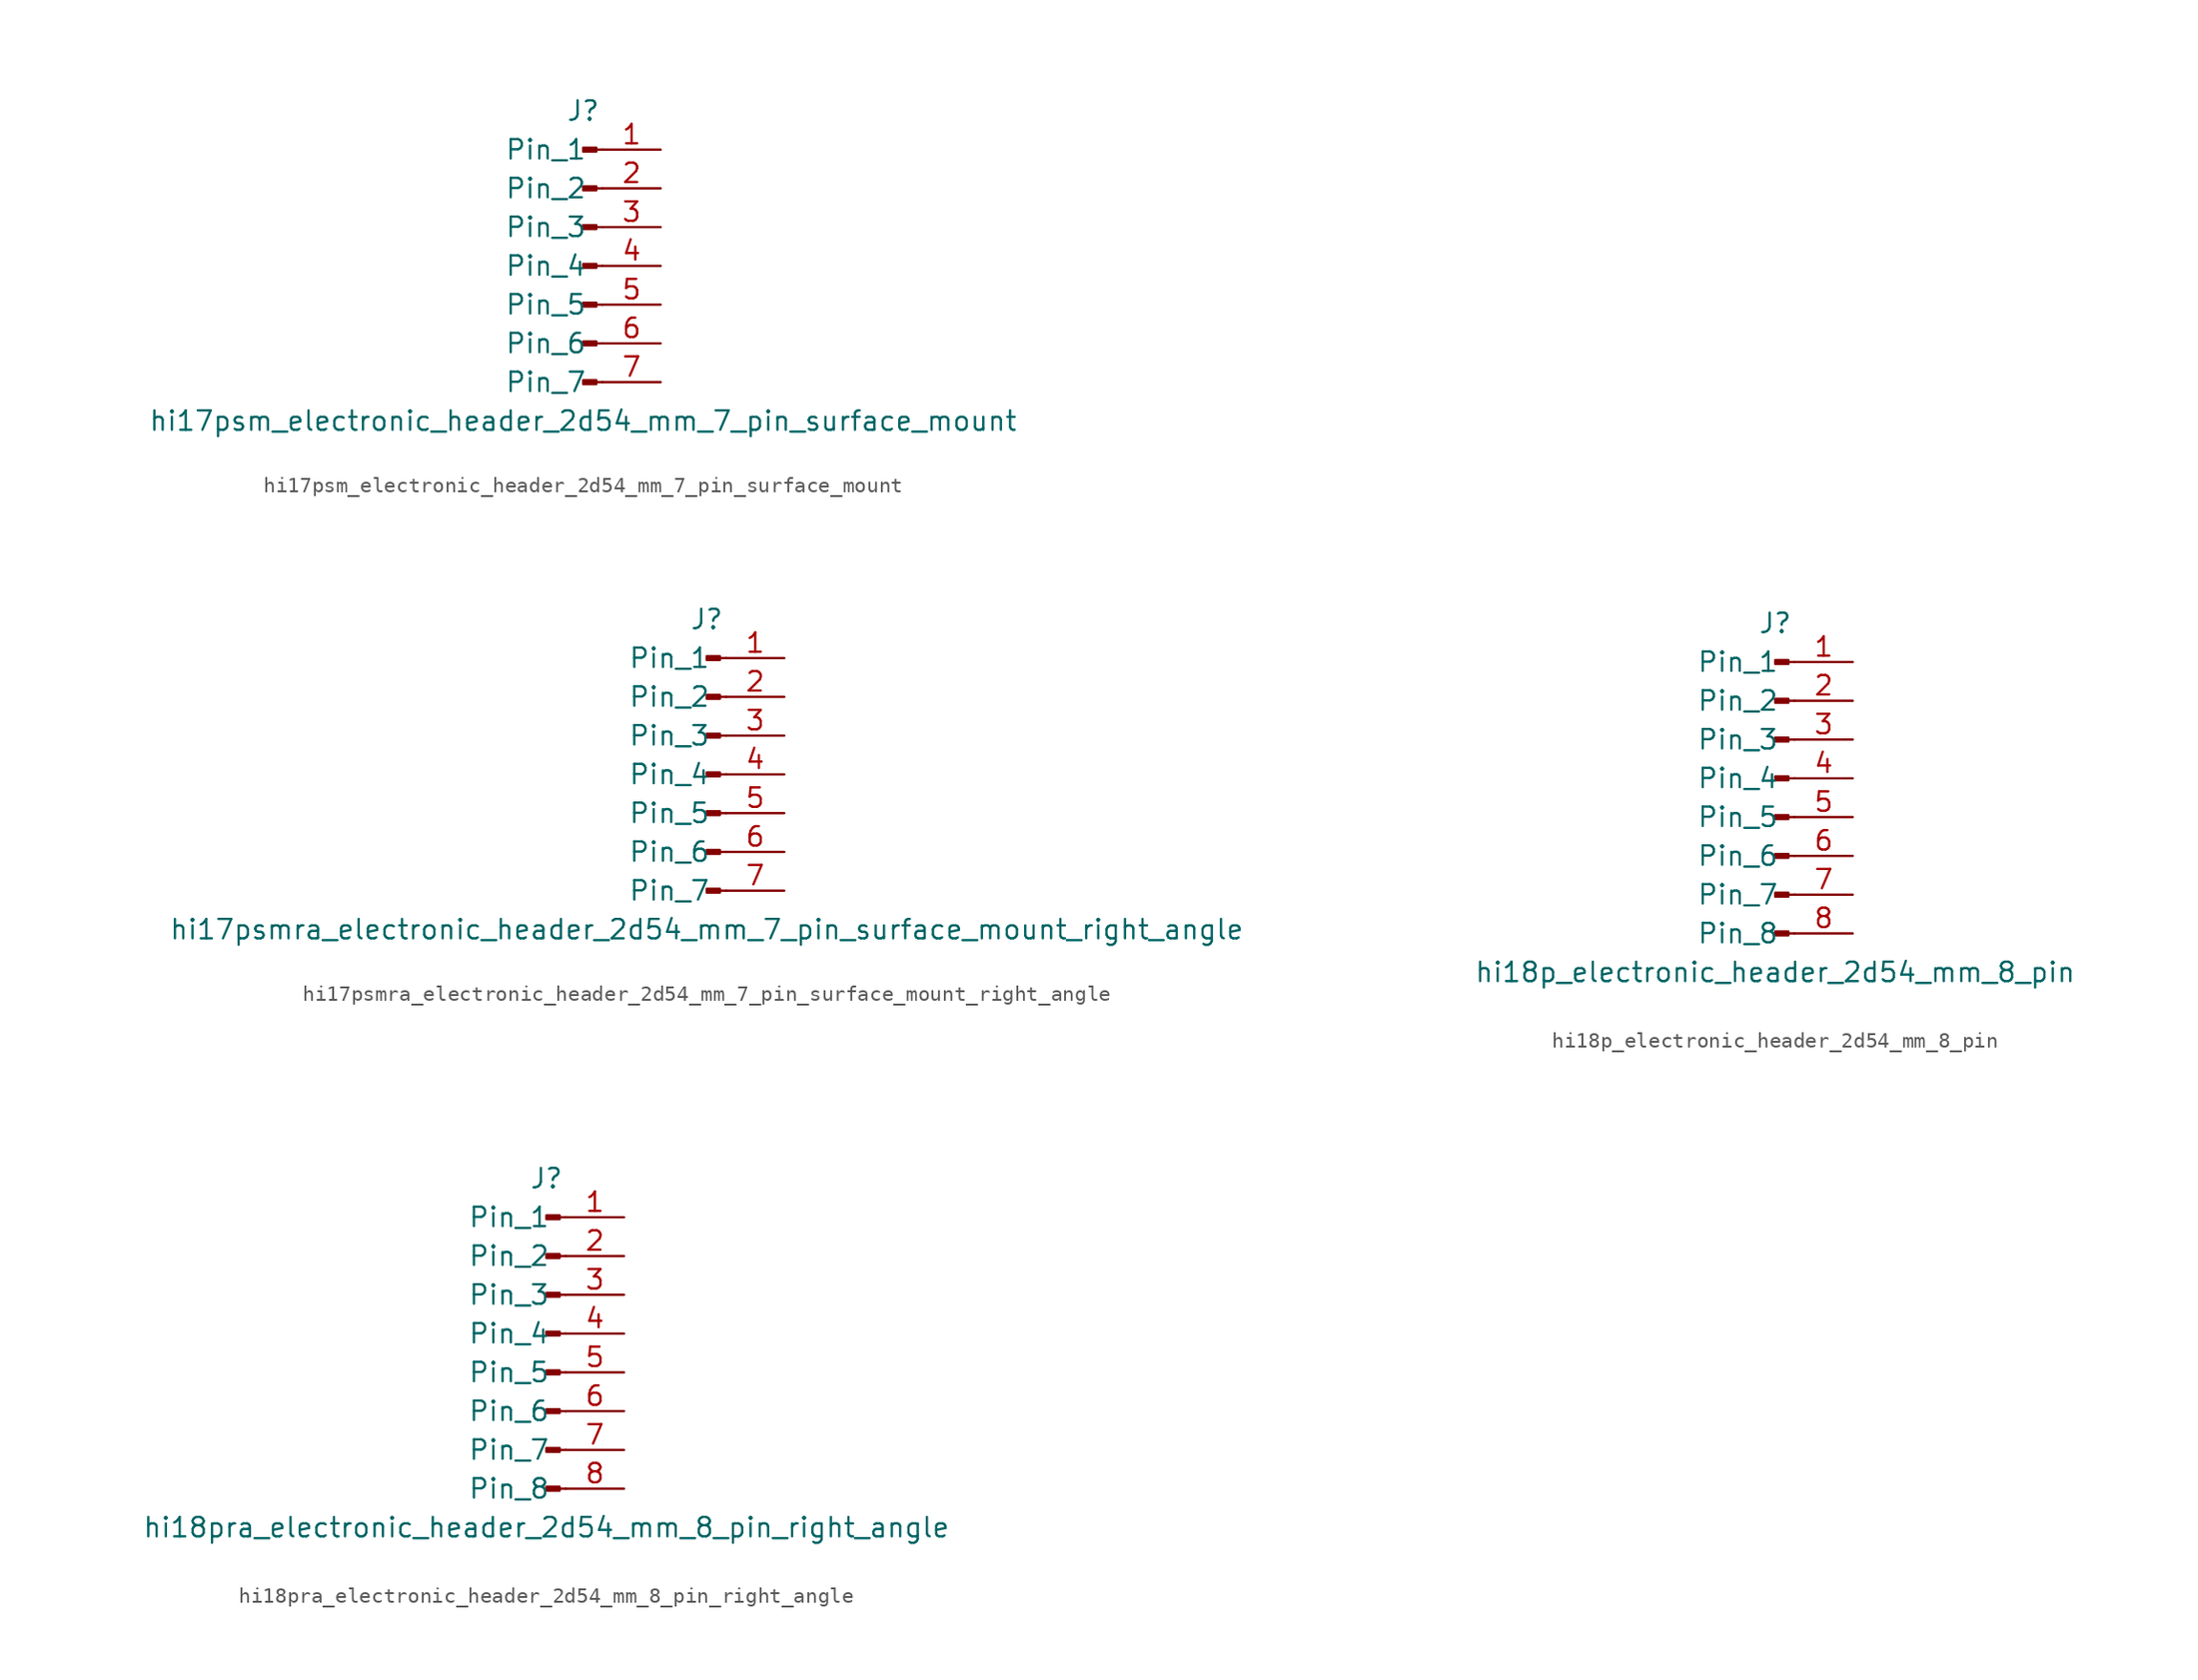
<source format=kicad_sym>
(kicad_symbol_lib
  (version 20220914)
  (generator kicad_symbol_editor)
  (symbol "hi17psm_electronic_header_2d54_mm_7_pin_surface_mount"
    (pin_names
      (offset 1.016))
    (property "Reference" "J"
      (at 0 10.16 0)
      (effects (font (size 1.27 1.27))))
    (property "Value" "hi17psm_electronic_header_2d54_mm_7_pin_surface_mount"
      (at 0 -10.16 0)
      (effects (font (size 1.27 1.27))))
    (property "ki_locked" ""
      (at 0 0 0)
      (effects (font (size 1.27 1.27))))
    (symbol "hi17psm_electronic_header_2d54_mm_7_pin_surface_mount_1_1"
      (polyline (pts (xy 1.27 -7.62) (xy 0.864 -7.62)) (stroke (width 0.152) (type default)) (fill (type none)))
      (polyline (pts (xy 1.27 -5.08) (xy 0.864 -5.08)) (stroke (width 0.152) (type default)) (fill (type none)))
      (polyline (pts (xy 1.27 -2.54) (xy 0.864 -2.54)) (stroke (width 0.152) (type default)) (fill (type none)))
      (polyline (pts (xy 1.27 0) (xy 0.864 0)) (stroke (width 0.152) (type default)) (fill (type none)))
      (polyline (pts (xy 1.27 2.54) (xy 0.864 2.54)) (stroke (width 0.152) (type default)) (fill (type none)))
      (polyline (pts (xy 1.27 5.08) (xy 0.864 5.08)) (stroke (width 0.152) (type default)) (fill (type none)))
      (polyline (pts (xy 1.27 7.62) (xy 0.864 7.62)) (stroke (width 0.152) (type default)) (fill (type none)))
      (rectangle (start 0.864 -7.493) (end 0 -7.747) (stroke (width 0.152) (type default)) (fill (type outline)))
      (rectangle (start 0.864 -4.953) (end 0 -5.207) (stroke (width 0.152) (type default)) (fill (type outline)))
      (rectangle (start 0.864 -2.413) (end 0 -2.667) (stroke (width 0.152) (type default)) (fill (type outline)))
      (rectangle (start 0.864 0.127) (end 0 -0.127) (stroke (width 0.152) (type default)) (fill (type outline)))
      (rectangle (start 0.864 2.667) (end 0 2.413) (stroke (width 0.152) (type default)) (fill (type outline)))
      (rectangle (start 0.864 5.207) (end 0 4.953) (stroke (width 0.152) (type default)) (fill (type outline)))
      (rectangle (start 0.864 7.747) (end 0 7.493) (stroke (width 0.152) (type default)) (fill (type outline)))
      (pin passive line (at 5.08 7.62 180) (length 3.81) (name "Pin_1" (effects (font (size 1.27 1.27)))) (number "1" (effects (font (size 1.27 1.27)))))
      (pin passive line (at 5.08 5.08 180) (length 3.81) (name "Pin_2" (effects (font (size 1.27 1.27)))) (number "2" (effects (font (size 1.27 1.27)))))
      (pin passive line (at 5.08 2.54 180) (length 3.81) (name "Pin_3" (effects (font (size 1.27 1.27)))) (number "3" (effects (font (size 1.27 1.27)))))
      (pin passive line (at 5.08 0 180) (length 3.81) (name "Pin_4" (effects (font (size 1.27 1.27)))) (number "4" (effects (font (size 1.27 1.27)))))
      (pin passive line (at 5.08 -2.54 180) (length 3.81) (name "Pin_5" (effects (font (size 1.27 1.27)))) (number "5" (effects (font (size 1.27 1.27)))))
      (pin passive line (at 5.08 -5.08 180) (length 3.81) (name "Pin_6" (effects (font (size 1.27 1.27)))) (number "6" (effects (font (size 1.27 1.27)))))
      (pin passive line (at 5.08 -7.62 180) (length 3.81) (name "Pin_7" (effects (font (size 1.27 1.27)))) (number "7" (effects (font (size 1.27 1.27)))))))
  (symbol "hi17psmra_electronic_header_2d54_mm_7_pin_surface_mount_right_angle"
    (pin_names
      (offset 1.016))
    (property "Reference" "J"
      (at 0 10.16 0)
      (effects (font (size 1.27 1.27))))
    (property "Value" "hi17psmra_electronic_header_2d54_mm_7_pin_surface_mount_right_angle"
      (at 0 -10.16 0)
      (effects (font (size 1.27 1.27))))
    (property "ki_locked" ""
      (at 0 0 0)
      (effects (font (size 1.27 1.27))))
    (symbol "hi17psmra_electronic_header_2d54_mm_7_pin_surface_mount_right_angle_1_1"
      (polyline (pts (xy 1.27 -7.62) (xy 0.864 -7.62)) (stroke (width 0.152) (type default)) (fill (type none)))
      (polyline (pts (xy 1.27 -5.08) (xy 0.864 -5.08)) (stroke (width 0.152) (type default)) (fill (type none)))
      (polyline (pts (xy 1.27 -2.54) (xy 0.864 -2.54)) (stroke (width 0.152) (type default)) (fill (type none)))
      (polyline (pts (xy 1.27 0) (xy 0.864 0)) (stroke (width 0.152) (type default)) (fill (type none)))
      (polyline (pts (xy 1.27 2.54) (xy 0.864 2.54)) (stroke (width 0.152) (type default)) (fill (type none)))
      (polyline (pts (xy 1.27 5.08) (xy 0.864 5.08)) (stroke (width 0.152) (type default)) (fill (type none)))
      (polyline (pts (xy 1.27 7.62) (xy 0.864 7.62)) (stroke (width 0.152) (type default)) (fill (type none)))
      (rectangle (start 0.864 -7.493) (end 0 -7.747) (stroke (width 0.152) (type default)) (fill (type outline)))
      (rectangle (start 0.864 -4.953) (end 0 -5.207) (stroke (width 0.152) (type default)) (fill (type outline)))
      (rectangle (start 0.864 -2.413) (end 0 -2.667) (stroke (width 0.152) (type default)) (fill (type outline)))
      (rectangle (start 0.864 0.127) (end 0 -0.127) (stroke (width 0.152) (type default)) (fill (type outline)))
      (rectangle (start 0.864 2.667) (end 0 2.413) (stroke (width 0.152) (type default)) (fill (type outline)))
      (rectangle (start 0.864 5.207) (end 0 4.953) (stroke (width 0.152) (type default)) (fill (type outline)))
      (rectangle (start 0.864 7.747) (end 0 7.493) (stroke (width 0.152) (type default)) (fill (type outline)))
      (pin passive line (at 5.08 7.62 180) (length 3.81) (name "Pin_1" (effects (font (size 1.27 1.27)))) (number "1" (effects (font (size 1.27 1.27)))))
      (pin passive line (at 5.08 5.08 180) (length 3.81) (name "Pin_2" (effects (font (size 1.27 1.27)))) (number "2" (effects (font (size 1.27 1.27)))))
      (pin passive line (at 5.08 2.54 180) (length 3.81) (name "Pin_3" (effects (font (size 1.27 1.27)))) (number "3" (effects (font (size 1.27 1.27)))))
      (pin passive line (at 5.08 0 180) (length 3.81) (name "Pin_4" (effects (font (size 1.27 1.27)))) (number "4" (effects (font (size 1.27 1.27)))))
      (pin passive line (at 5.08 -2.54 180) (length 3.81) (name "Pin_5" (effects (font (size 1.27 1.27)))) (number "5" (effects (font (size 1.27 1.27)))))
      (pin passive line (at 5.08 -5.08 180) (length 3.81) (name "Pin_6" (effects (font (size 1.27 1.27)))) (number "6" (effects (font (size 1.27 1.27)))))
      (pin passive line (at 5.08 -7.62 180) (length 3.81) (name "Pin_7" (effects (font (size 1.27 1.27)))) (number "7" (effects (font (size 1.27 1.27)))))))
  (symbol "hi18p_electronic_header_2d54_mm_8_pin"
    (pin_names
      (offset 1.016))
    (property "Reference" "J"
      (at 0 10.16 0)
      (effects (font (size 1.27 1.27))))
    (property "Value" "hi18p_electronic_header_2d54_mm_8_pin"
      (at 0 -12.7 0)
      (effects (font (size 1.27 1.27))))
    (property "ki_locked" ""
      (at 0 0 0)
      (effects (font (size 1.27 1.27))))
    (symbol "hi18p_electronic_header_2d54_mm_8_pin_1_1"
      (polyline (pts (xy 1.27 -10.16) (xy 0.864 -10.16)) (stroke (width 0.152) (type default)) (fill (type none)))
      (polyline (pts (xy 1.27 -7.62) (xy 0.864 -7.62)) (stroke (width 0.152) (type default)) (fill (type none)))
      (polyline (pts (xy 1.27 -5.08) (xy 0.864 -5.08)) (stroke (width 0.152) (type default)) (fill (type none)))
      (polyline (pts (xy 1.27 -2.54) (xy 0.864 -2.54)) (stroke (width 0.152) (type default)) (fill (type none)))
      (polyline (pts (xy 1.27 0) (xy 0.864 0)) (stroke (width 0.152) (type default)) (fill (type none)))
      (polyline (pts (xy 1.27 2.54) (xy 0.864 2.54)) (stroke (width 0.152) (type default)) (fill (type none)))
      (polyline (pts (xy 1.27 5.08) (xy 0.864 5.08)) (stroke (width 0.152) (type default)) (fill (type none)))
      (polyline (pts (xy 1.27 7.62) (xy 0.864 7.62)) (stroke (width 0.152) (type default)) (fill (type none)))
      (rectangle (start 0.864 -10.033) (end 0 -10.287) (stroke (width 0.152) (type default)) (fill (type outline)))
      (rectangle (start 0.864 -7.493) (end 0 -7.747) (stroke (width 0.152) (type default)) (fill (type outline)))
      (rectangle (start 0.864 -4.953) (end 0 -5.207) (stroke (width 0.152) (type default)) (fill (type outline)))
      (rectangle (start 0.864 -2.413) (end 0 -2.667) (stroke (width 0.152) (type default)) (fill (type outline)))
      (rectangle (start 0.864 0.127) (end 0 -0.127) (stroke (width 0.152) (type default)) (fill (type outline)))
      (rectangle (start 0.864 2.667) (end 0 2.413) (stroke (width 0.152) (type default)) (fill (type outline)))
      (rectangle (start 0.864 5.207) (end 0 4.953) (stroke (width 0.152) (type default)) (fill (type outline)))
      (rectangle (start 0.864 7.747) (end 0 7.493) (stroke (width 0.152) (type default)) (fill (type outline)))
      (pin passive line (at 5.08 7.62 180) (length 3.81) (name "Pin_1" (effects (font (size 1.27 1.27)))) (number "1" (effects (font (size 1.27 1.27)))))
      (pin passive line (at 5.08 5.08 180) (length 3.81) (name "Pin_2" (effects (font (size 1.27 1.27)))) (number "2" (effects (font (size 1.27 1.27)))))
      (pin passive line (at 5.08 2.54 180) (length 3.81) (name "Pin_3" (effects (font (size 1.27 1.27)))) (number "3" (effects (font (size 1.27 1.27)))))
      (pin passive line (at 5.08 0 180) (length 3.81) (name "Pin_4" (effects (font (size 1.27 1.27)))) (number "4" (effects (font (size 1.27 1.27)))))
      (pin passive line (at 5.08 -2.54 180) (length 3.81) (name "Pin_5" (effects (font (size 1.27 1.27)))) (number "5" (effects (font (size 1.27 1.27)))))
      (pin passive line (at 5.08 -5.08 180) (length 3.81) (name "Pin_6" (effects (font (size 1.27 1.27)))) (number "6" (effects (font (size 1.27 1.27)))))
      (pin passive line (at 5.08 -7.62 180) (length 3.81) (name "Pin_7" (effects (font (size 1.27 1.27)))) (number "7" (effects (font (size 1.27 1.27)))))
      (pin passive line (at 5.08 -10.16 180) (length 3.81) (name "Pin_8" (effects (font (size 1.27 1.27)))) (number "8" (effects (font (size 1.27 1.27)))))))
  (symbol "hi18pra_electronic_header_2d54_mm_8_pin_right_angle"
    (pin_names
      (offset 1.016))
    (property "Reference" "J"
      (at 0 10.16 0)
      (effects (font (size 1.27 1.27))))
    (property "Value" "hi18pra_electronic_header_2d54_mm_8_pin_right_angle"
      (at 0 -12.7 0)
      (effects (font (size 1.27 1.27))))
    (property "ki_locked" ""
      (at 0 0 0)
      (effects (font (size 1.27 1.27))))
    (symbol "hi18pra_electronic_header_2d54_mm_8_pin_right_angle_1_1"
      (polyline (pts (xy 1.27 -10.16) (xy 0.864 -10.16)) (stroke (width 0.152) (type default)) (fill (type none)))
      (polyline (pts (xy 1.27 -7.62) (xy 0.864 -7.62)) (stroke (width 0.152) (type default)) (fill (type none)))
      (polyline (pts (xy 1.27 -5.08) (xy 0.864 -5.08)) (stroke (width 0.152) (type default)) (fill (type none)))
      (polyline (pts (xy 1.27 -2.54) (xy 0.864 -2.54)) (stroke (width 0.152) (type default)) (fill (type none)))
      (polyline (pts (xy 1.27 0) (xy 0.864 0)) (stroke (width 0.152) (type default)) (fill (type none)))
      (polyline (pts (xy 1.27 2.54) (xy 0.864 2.54)) (stroke (width 0.152) (type default)) (fill (type none)))
      (polyline (pts (xy 1.27 5.08) (xy 0.864 5.08)) (stroke (width 0.152) (type default)) (fill (type none)))
      (polyline (pts (xy 1.27 7.62) (xy 0.864 7.62)) (stroke (width 0.152) (type default)) (fill (type none)))
      (rectangle (start 0.864 -10.033) (end 0 -10.287) (stroke (width 0.152) (type default)) (fill (type outline)))
      (rectangle (start 0.864 -7.493) (end 0 -7.747) (stroke (width 0.152) (type default)) (fill (type outline)))
      (rectangle (start 0.864 -4.953) (end 0 -5.207) (stroke (width 0.152) (type default)) (fill (type outline)))
      (rectangle (start 0.864 -2.413) (end 0 -2.667) (stroke (width 0.152) (type default)) (fill (type outline)))
      (rectangle (start 0.864 0.127) (end 0 -0.127) (stroke (width 0.152) (type default)) (fill (type outline)))
      (rectangle (start 0.864 2.667) (end 0 2.413) (stroke (width 0.152) (type default)) (fill (type outline)))
      (rectangle (start 0.864 5.207) (end 0 4.953) (stroke (width 0.152) (type default)) (fill (type outline)))
      (rectangle (start 0.864 7.747) (end 0 7.493) (stroke (width 0.152) (type default)) (fill (type outline)))
      (pin passive line (at 5.08 7.62 180) (length 3.81) (name "Pin_1" (effects (font (size 1.27 1.27)))) (number "1" (effects (font (size 1.27 1.27)))))
      (pin passive line (at 5.08 5.08 180) (length 3.81) (name "Pin_2" (effects (font (size 1.27 1.27)))) (number "2" (effects (font (size 1.27 1.27)))))
      (pin passive line (at 5.08 2.54 180) (length 3.81) (name "Pin_3" (effects (font (size 1.27 1.27)))) (number "3" (effects (font (size 1.27 1.27)))))
      (pin passive line (at 5.08 0 180) (length 3.81) (name "Pin_4" (effects (font (size 1.27 1.27)))) (number "4" (effects (font (size 1.27 1.27)))))
      (pin passive line (at 5.08 -2.54 180) (length 3.81) (name "Pin_5" (effects (font (size 1.27 1.27)))) (number "5" (effects (font (size 1.27 1.27)))))
      (pin passive line (at 5.08 -5.08 180) (length 3.81) (name "Pin_6" (effects (font (size 1.27 1.27)))) (number "6" (effects (font (size 1.27 1.27)))))
      (pin passive line (at 5.08 -7.62 180) (length 3.81) (name "Pin_7" (effects (font (size 1.27 1.27)))) (number "7" (effects (font (size 1.27 1.27)))))
      (pin passive line (at 5.08 -10.16 180) (length 3.81) (name "Pin_8" (effects (font (size 1.27 1.27)))) (number "8" (effects (font (size 1.27 1.27))))))))
</source>
